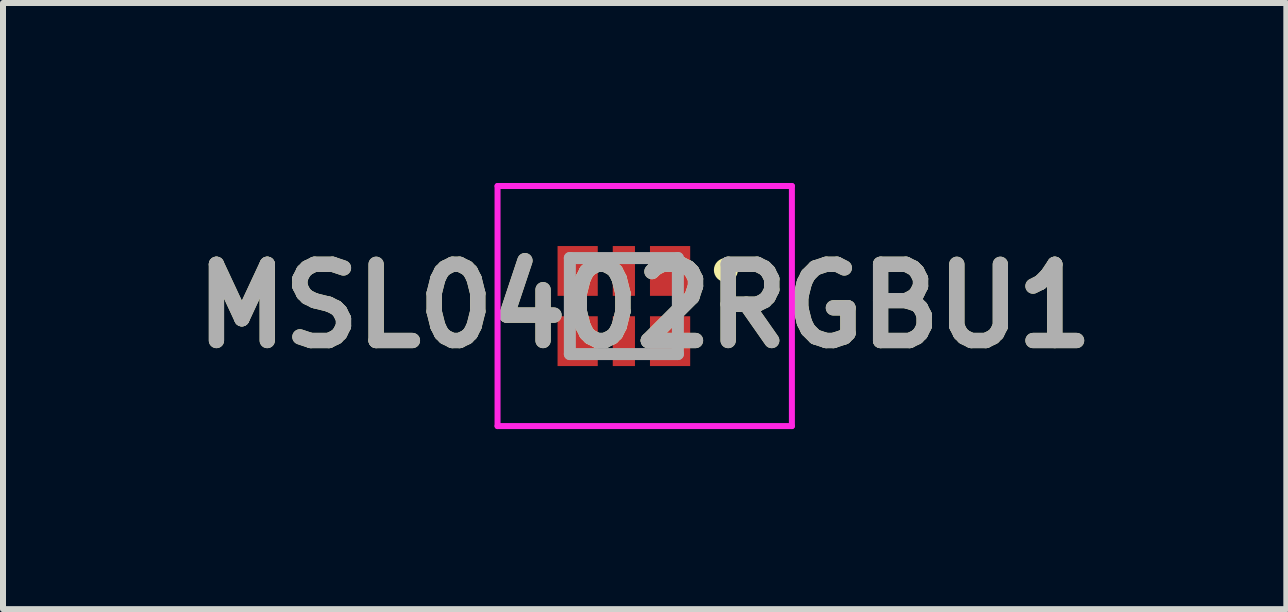
<source format=kicad_pcb>
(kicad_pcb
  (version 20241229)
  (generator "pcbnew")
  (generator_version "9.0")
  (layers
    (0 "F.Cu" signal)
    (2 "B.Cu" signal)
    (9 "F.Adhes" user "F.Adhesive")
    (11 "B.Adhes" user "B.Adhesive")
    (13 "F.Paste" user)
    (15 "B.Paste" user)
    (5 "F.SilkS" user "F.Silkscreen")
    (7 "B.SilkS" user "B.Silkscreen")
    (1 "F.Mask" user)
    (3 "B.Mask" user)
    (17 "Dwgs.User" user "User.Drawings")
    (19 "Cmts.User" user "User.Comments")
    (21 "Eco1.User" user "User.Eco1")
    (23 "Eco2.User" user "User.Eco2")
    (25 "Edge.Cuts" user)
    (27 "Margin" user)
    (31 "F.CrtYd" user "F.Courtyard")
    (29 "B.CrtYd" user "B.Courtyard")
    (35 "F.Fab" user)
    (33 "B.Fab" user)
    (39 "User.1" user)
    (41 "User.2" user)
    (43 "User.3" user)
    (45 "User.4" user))
  (footprint "MSL0402RGBU1"
    (layer "F.Cu")
    (at 7.796 2.05)
    (property "Reference" "MSL0402RGBU1" (at -0.103 0 0) (layer "F.SilkS") (effects (font (size 1.27 1.27) (thickness 0.254))))
    (attr smd)
    (fp_line (start 1.25 -0.7) (end 1.25 -0.7) (stroke (width 0.2) (type solid)) (layer "F.SilkS"))
    (fp_line (start 1.25 -0.5) (end 1.25 -0.5) (stroke (width 0.2) (type solid)) (layer "F.SilkS"))
    (fp_arc (start 1.25 -0.7) (mid 1.35 -0.6) (end 1.25 -0.5) (stroke (width 0.2) (type solid)) (layer "F.SilkS"))
    (fp_arc (start 1.25 -0.5) (mid 1.15 -0.6) (end 1.25 -0.7) (stroke (width 0.2) (type solid)) (layer "F.SilkS"))
    (fp_line (start -2.555 -2) (end 2.35 -2) (stroke (width 0.1) (type solid)) (layer "F.CrtYd"))
    (fp_line (start -2.555 2) (end -2.555 -2) (stroke (width 0.1) (type solid)) (layer "F.CrtYd"))
    (fp_line (start 2.35 -2) (end 2.35 2) (stroke (width 0.1) (type solid)) (layer "F.CrtYd"))
    (fp_line (start 2.35 2) (end -2.555 2) (stroke (width 0.1) (type solid)) (layer "F.CrtYd"))
    (fp_line (start -1.35 -0.8) (end 0.45 -0.8) (stroke (width 0.2) (type solid)) (layer "F.Fab"))
    (fp_line (start -1.35 0.8) (end -1.35 -0.8) (stroke (width 0.2) (type solid)) (layer "F.Fab"))
    (fp_line (start 0.45 -0.8) (end 0.45 0.8) (stroke (width 0.2) (type solid)) (layer "F.Fab"))
    (fp_line (start 0.45 0.8) (end -1.35 0.8) (stroke (width 0.2) (type solid)) (layer "F.Fab"))
    (fp_text user "${REFERENCE}" (at -0.103 0 0) (layer "F.Fab") (effects (font (size 1.27 1.27) (thickness 0.254))))
    (pad "1" smd rect (at 0.32 -0.585) (size 0.67 0.83) (layers "F.Cu" "F.Mask" "F.Paste"))
    (pad "2" smd rect (at -0.45 -0.585) (size 0.37 0.83) (layers "F.Cu" "F.Mask" "F.Paste"))
    (pad "3" smd rect (at -1.22 -0.585) (size 0.67 0.83) (layers "F.Cu" "F.Mask" "F.Paste"))
    (pad "4" smd rect (at -1.22 0.585) (size 0.67 0.83) (layers "F.Cu" "F.Mask" "F.Paste"))
    (pad "5" smd rect (at -0.45 0.585) (size 0.37 0.83) (layers "F.Cu" "F.Mask" "F.Paste"))
    (pad "6" smd rect (at 0.32 0.585) (size 0.67 0.83) (layers "F.Cu" "F.Mask" "F.Paste")))
  (gr_rect
    (start -3 -3)
    (end 18.385 7.1)
    (stroke (width 0.1) (type default))
    (fill no)
    (layer "Edge.Cuts")))
</source>
